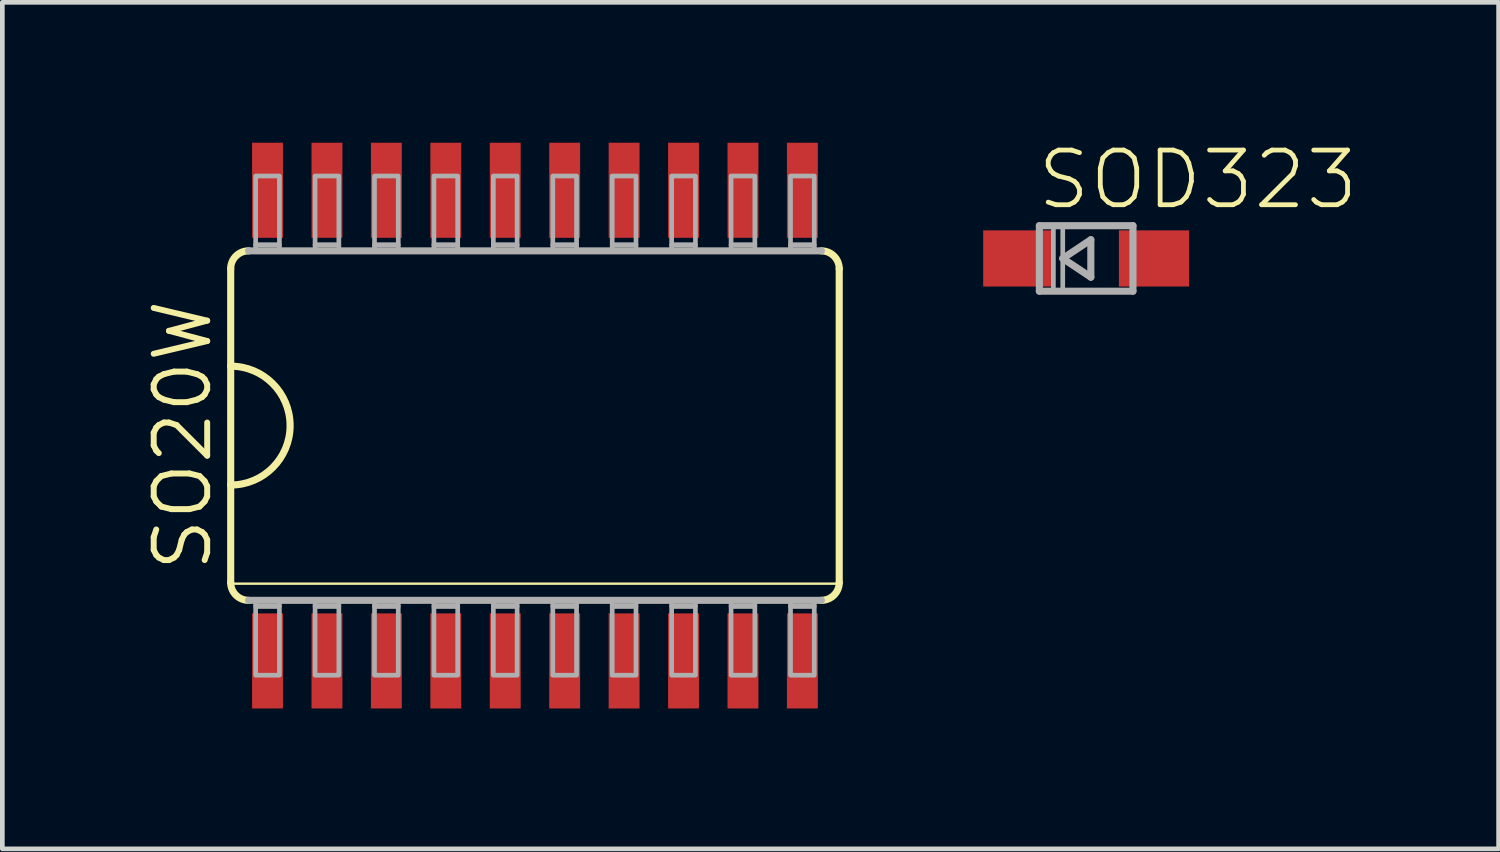
<source format=kicad_pcb>
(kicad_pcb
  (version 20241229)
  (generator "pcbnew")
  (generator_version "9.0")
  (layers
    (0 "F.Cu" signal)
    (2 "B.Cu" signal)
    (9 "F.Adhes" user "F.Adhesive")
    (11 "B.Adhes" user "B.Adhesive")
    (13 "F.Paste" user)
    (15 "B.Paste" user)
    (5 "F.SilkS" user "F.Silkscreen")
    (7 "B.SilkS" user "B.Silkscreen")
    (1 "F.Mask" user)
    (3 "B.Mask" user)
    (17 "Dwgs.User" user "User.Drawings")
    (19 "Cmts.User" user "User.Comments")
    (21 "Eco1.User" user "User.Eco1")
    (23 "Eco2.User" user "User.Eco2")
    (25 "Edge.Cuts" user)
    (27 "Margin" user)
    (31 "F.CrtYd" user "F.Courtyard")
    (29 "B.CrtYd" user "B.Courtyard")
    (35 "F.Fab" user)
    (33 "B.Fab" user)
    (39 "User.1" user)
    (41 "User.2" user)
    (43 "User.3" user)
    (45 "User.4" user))
  (footprint "SOD323"
    (layer "F.Cu")
    (at 20.161 2.473)
    (property "Reference" "SOD323" (at -1.1 -1 0) (unlocked yes) (layer "F.SilkS") (effects (font (size 1.168 1.168) (thickness 0.102)) (justify left bottom)))
    (fp_line (start -1 -0.7) (end 1 -0.7) (stroke (width 0.152) (type solid)) (layer "F.Fab"))
    (fp_line (start -1 0.7) (end -1 -0.7) (stroke (width 0.152) (type solid)) (layer "F.Fab"))
    (fp_line (start -0.5 0) (end 0.1 -0.4) (stroke (width 0.152) (type solid)) (layer "F.Fab"))
    (fp_line (start 0.1 -0.4) (end 0.1 0.4) (stroke (width 0.152) (type solid)) (layer "F.Fab"))
    (fp_line (start 0.1 0.4) (end -0.5 0) (stroke (width 0.152) (type solid)) (layer "F.Fab"))
    (fp_line (start 1 -0.7) (end 1 0.7) (stroke (width 0.152) (type solid)) (layer "F.Fab"))
    (fp_line (start 1 0.7) (end -1 0.7) (stroke (width 0.152) (type solid)) (layer "F.Fab"))
    (fp_poly (pts (xy -0.7 0.7) (xy -0.5 0.7) (xy -0.5 -0.7) (xy -0.7 -0.7)) (stroke (width 0.1) (type default)) (fill no) (layer "F.Fab"))
    (pad "1" smd rect (at -1.45 0) (size 1.5 1.2) (layers "F.Cu" "F.Mask" "F.Paste"))
    (pad "2" smd rect (at 1.45 0) (size 1.5 1.2) (layers "F.Cu" "F.Mask" "F.Paste")))
  (footprint "SO20W"
    (layer "F.Cu")
    (at 8.382 6.045)
    (property "Reference" "SO20W" (at -6.858 3.175 90) (unlocked yes) (layer "F.SilkS") (effects (font (size 1.143 1.143) (thickness 0.127)) (justify left bottom)))
    (fp_line (start -6.502 -3.353) (end -6.502 -1.27) (stroke (width 0.152) (type solid)) (layer "F.SilkS"))
    (fp_line (start -6.502 -1.27) (end -6.502 1.27) (stroke (width 0.152) (type solid)) (layer "F.SilkS"))
    (fp_line (start -6.502 1.27) (end -6.502 3.353) (stroke (width 0.152) (type solid)) (layer "F.SilkS"))
    (fp_line (start -6.477 3.378) (end 6.477 3.378) (stroke (width 0.051) (type solid)) (layer "F.SilkS"))
    (fp_line (start 6.502 3.353) (end 6.502 -3.353) (stroke (width 0.152) (type solid)) (layer "F.SilkS"))
    (fp_arc (start -6.5024 -3.3528) (mid -6.390808 -3.622208) (end -6.1214 -3.7338) (stroke (width 0.1524) (type solid)) (layer "F.SilkS"))
    (fp_arc (start -6.5024 -1.27) (mid -5.2324 0) (end -6.5024 1.27) (stroke (width 0.1524) (type solid)) (layer "F.SilkS"))
    (fp_arc (start -6.1214 3.7338) (mid -6.390808 3.622208) (end -6.5024 3.3528) (stroke (width 0.1524) (type solid)) (layer "F.SilkS"))
    (fp_arc (start 6.1214 -3.7338) (mid 6.390808 -3.622208) (end 6.5024 -3.3528) (stroke (width 0.1524) (type solid)) (layer "F.SilkS"))
    (fp_arc (start 6.5024 3.3528) (mid 6.390808 3.622208) (end 6.1214 3.7338) (stroke (width 0.1524) (type solid)) (layer "F.SilkS"))
    (fp_line (start -6.121 3.734) (end 6.121 3.734) (stroke (width 0.152) (type solid)) (layer "F.Fab"))
    (fp_line (start 6.121 -3.734) (end -6.121 -3.734) (stroke (width 0.152) (type solid)) (layer "F.Fab"))
    (fp_poly (pts (xy -5.969 -3.861) (xy -5.461 -3.861) (xy -5.461 -5.334) (xy -5.969 -5.334)) (stroke (width 0.1) (type default)) (fill no) (layer "F.Fab"))
    (fp_poly (pts (xy -5.969 -3.734) (xy -5.461 -3.734) (xy -5.461 -3.861) (xy -5.969 -3.861)) (stroke (width 0.1) (type default)) (fill no) (layer "F.Fab"))
    (fp_poly (pts (xy -5.969 3.861) (xy -5.461 3.861) (xy -5.461 3.734) (xy -5.969 3.734)) (stroke (width 0.1) (type default)) (fill no) (layer "F.Fab"))
    (fp_poly (pts (xy -5.969 5.334) (xy -5.461 5.334) (xy -5.461 3.861) (xy -5.969 3.861)) (stroke (width 0.1) (type default)) (fill no) (layer "F.Fab"))
    (fp_poly (pts (xy -4.699 -3.861) (xy -4.191 -3.861) (xy -4.191 -5.334) (xy -4.699 -5.334)) (stroke (width 0.1) (type default)) (fill no) (layer "F.Fab"))
    (fp_poly (pts (xy -4.699 -3.734) (xy -4.191 -3.734) (xy -4.191 -3.861) (xy -4.699 -3.861)) (stroke (width 0.1) (type default)) (fill no) (layer "F.Fab"))
    (fp_poly (pts (xy -4.699 3.861) (xy -4.191 3.861) (xy -4.191 3.734) (xy -4.699 3.734)) (stroke (width 0.1) (type default)) (fill no) (layer "F.Fab"))
    (fp_poly (pts (xy -4.699 5.334) (xy -4.191 5.334) (xy -4.191 3.861) (xy -4.699 3.861)) (stroke (width 0.1) (type default)) (fill no) (layer "F.Fab"))
    (fp_poly (pts (xy -3.429 -3.861) (xy -2.921 -3.861) (xy -2.921 -5.334) (xy -3.429 -5.334)) (stroke (width 0.1) (type default)) (fill no) (layer "F.Fab"))
    (fp_poly (pts (xy -3.429 -3.734) (xy -2.921 -3.734) (xy -2.921 -3.861) (xy -3.429 -3.861)) (stroke (width 0.1) (type default)) (fill no) (layer "F.Fab"))
    (fp_poly (pts (xy -3.429 3.861) (xy -2.921 3.861) (xy -2.921 3.734) (xy -3.429 3.734)) (stroke (width 0.1) (type default)) (fill no) (layer "F.Fab"))
    (fp_poly (pts (xy -3.429 5.334) (xy -2.921 5.334) (xy -2.921 3.861) (xy -3.429 3.861)) (stroke (width 0.1) (type default)) (fill no) (layer "F.Fab"))
    (fp_poly (pts (xy -2.159 -3.861) (xy -1.651 -3.861) (xy -1.651 -5.334) (xy -2.159 -5.334)) (stroke (width 0.1) (type default)) (fill no) (layer "F.Fab"))
    (fp_poly (pts (xy -2.159 -3.734) (xy -1.651 -3.734) (xy -1.651 -3.861) (xy -2.159 -3.861)) (stroke (width 0.1) (type default)) (fill no) (layer "F.Fab"))
    (fp_poly (pts (xy -2.159 3.861) (xy -1.651 3.861) (xy -1.651 3.734) (xy -2.159 3.734)) (stroke (width 0.1) (type default)) (fill no) (layer "F.Fab"))
    (fp_poly (pts (xy -2.159 5.334) (xy -1.651 5.334) (xy -1.651 3.861) (xy -2.159 3.861)) (stroke (width 0.1) (type default)) (fill no) (layer "F.Fab"))
    (fp_poly (pts (xy -0.889 -3.861) (xy -0.381 -3.861) (xy -0.381 -5.334) (xy -0.889 -5.334)) (stroke (width 0.1) (type default)) (fill no) (layer "F.Fab"))
    (fp_poly (pts (xy -0.889 -3.734) (xy -0.381 -3.734) (xy -0.381 -3.861) (xy -0.889 -3.861)) (stroke (width 0.1) (type default)) (fill no) (layer "F.Fab"))
    (fp_poly (pts (xy -0.889 3.861) (xy -0.381 3.861) (xy -0.381 3.734) (xy -0.889 3.734)) (stroke (width 0.1) (type default)) (fill no) (layer "F.Fab"))
    (fp_poly (pts (xy -0.889 5.334) (xy -0.381 5.334) (xy -0.381 3.861) (xy -0.889 3.861)) (stroke (width 0.1) (type default)) (fill no) (layer "F.Fab"))
    (fp_poly (pts (xy 0.381 -3.861) (xy 0.889 -3.861) (xy 0.889 -5.334) (xy 0.381 -5.334)) (stroke (width 0.1) (type default)) (fill no) (layer "F.Fab"))
    (fp_poly (pts (xy 0.381 -3.734) (xy 0.889 -3.734) (xy 0.889 -3.861) (xy 0.381 -3.861)) (stroke (width 0.1) (type default)) (fill no) (layer "F.Fab"))
    (fp_poly (pts (xy 0.381 3.861) (xy 0.889 3.861) (xy 0.889 3.734) (xy 0.381 3.734)) (stroke (width 0.1) (type default)) (fill no) (layer "F.Fab"))
    (fp_poly (pts (xy 0.381 5.334) (xy 0.889 5.334) (xy 0.889 3.861) (xy 0.381 3.861)) (stroke (width 0.1) (type default)) (fill no) (layer "F.Fab"))
    (fp_poly (pts (xy 1.651 -3.861) (xy 2.159 -3.861) (xy 2.159 -5.334) (xy 1.651 -5.334)) (stroke (width 0.1) (type default)) (fill no) (layer "F.Fab"))
    (fp_poly (pts (xy 1.651 -3.734) (xy 2.159 -3.734) (xy 2.159 -3.861) (xy 1.651 -3.861)) (stroke (width 0.1) (type default)) (fill no) (layer "F.Fab"))
    (fp_poly (pts (xy 1.651 3.861) (xy 2.159 3.861) (xy 2.159 3.734) (xy 1.651 3.734)) (stroke (width 0.1) (type default)) (fill no) (layer "F.Fab"))
    (fp_poly (pts (xy 1.651 5.334) (xy 2.159 5.334) (xy 2.159 3.861) (xy 1.651 3.861)) (stroke (width 0.1) (type default)) (fill no) (layer "F.Fab"))
    (fp_poly (pts (xy 2.921 -3.861) (xy 3.429 -3.861) (xy 3.429 -5.334) (xy 2.921 -5.334)) (stroke (width 0.1) (type default)) (fill no) (layer "F.Fab"))
    (fp_poly (pts (xy 2.921 -3.734) (xy 3.429 -3.734) (xy 3.429 -3.861) (xy 2.921 -3.861)) (stroke (width 0.1) (type default)) (fill no) (layer "F.Fab"))
    (fp_poly (pts (xy 2.921 3.861) (xy 3.429 3.861) (xy 3.429 3.734) (xy 2.921 3.734)) (stroke (width 0.1) (type default)) (fill no) (layer "F.Fab"))
    (fp_poly (pts (xy 2.921 5.334) (xy 3.429 5.334) (xy 3.429 3.861) (xy 2.921 3.861)) (stroke (width 0.1) (type default)) (fill no) (layer "F.Fab"))
    (fp_poly (pts (xy 4.191 -3.861) (xy 4.699 -3.861) (xy 4.699 -5.334) (xy 4.191 -5.334)) (stroke (width 0.1) (type default)) (fill no) (layer "F.Fab"))
    (fp_poly (pts (xy 4.191 -3.734) (xy 4.699 -3.734) (xy 4.699 -3.861) (xy 4.191 -3.861)) (stroke (width 0.1) (type default)) (fill no) (layer "F.Fab"))
    (fp_poly (pts (xy 4.191 3.861) (xy 4.699 3.861) (xy 4.699 3.734) (xy 4.191 3.734)) (stroke (width 0.1) (type default)) (fill no) (layer "F.Fab"))
    (fp_poly (pts (xy 4.191 5.334) (xy 4.699 5.334) (xy 4.699 3.861) (xy 4.191 3.861)) (stroke (width 0.1) (type default)) (fill no) (layer "F.Fab"))
    (fp_poly (pts (xy 5.461 -3.861) (xy 5.969 -3.861) (xy 5.969 -5.334) (xy 5.461 -5.334)) (stroke (width 0.1) (type default)) (fill no) (layer "F.Fab"))
    (fp_poly (pts (xy 5.461 -3.734) (xy 5.969 -3.734) (xy 5.969 -3.861) (xy 5.461 -3.861)) (stroke (width 0.1) (type default)) (fill no) (layer "F.Fab"))
    (fp_poly (pts (xy 5.461 3.861) (xy 5.969 3.861) (xy 5.969 3.734) (xy 5.461 3.734)) (stroke (width 0.1) (type default)) (fill no) (layer "F.Fab"))
    (fp_poly (pts (xy 5.461 5.334) (xy 5.969 5.334) (xy 5.969 3.861) (xy 5.461 3.861)) (stroke (width 0.1) (type default)) (fill no) (layer "F.Fab"))
    (pad "1" smd rect (at -5.715 5.029) (size 0.66 2.032) (layers "F.Cu" "F.Mask" "F.Paste"))
    (pad "2" smd rect (at -4.445 5.029) (size 0.66 2.032) (layers "F.Cu" "F.Mask" "F.Paste"))
    (pad "3" smd rect (at -3.175 5.029) (size 0.66 2.032) (layers "F.Cu" "F.Mask" "F.Paste"))
    (pad "4" smd rect (at -1.905 5.029) (size 0.66 2.032) (layers "F.Cu" "F.Mask" "F.Paste"))
    (pad "5" smd rect (at -0.635 5.029) (size 0.66 2.032) (layers "F.Cu" "F.Mask" "F.Paste"))
    (pad "6" smd rect (at 0.635 5.029) (size 0.66 2.032) (layers "F.Cu" "F.Mask" "F.Paste"))
    (pad "7" smd rect (at 1.905 5.029) (size 0.66 2.032) (layers "F.Cu" "F.Mask" "F.Paste"))
    (pad "8" smd rect (at 3.175 5.029) (size 0.66 2.032) (layers "F.Cu" "F.Mask" "F.Paste"))
    (pad "9" smd rect (at 4.445 5.029) (size 0.66 2.032) (layers "F.Cu" "F.Mask" "F.Paste"))
    (pad "10" smd rect (at 5.715 5.029) (size 0.66 2.032) (layers "F.Cu" "F.Mask" "F.Paste"))
    (pad "11" smd rect (at 5.715 -5.029) (size 0.66 2.032) (layers "F.Cu" "F.Mask" "F.Paste"))
    (pad "12" smd rect (at 4.445 -5.029) (size 0.66 2.032) (layers "F.Cu" "F.Mask" "F.Paste"))
    (pad "13" smd rect (at 3.175 -5.029) (size 0.66 2.032) (layers "F.Cu" "F.Mask" "F.Paste"))
    (pad "14" smd rect (at 1.905 -5.029) (size 0.66 2.032) (layers "F.Cu" "F.Mask" "F.Paste"))
    (pad "15" smd rect (at 0.635 -5.029) (size 0.66 2.032) (layers "F.Cu" "F.Mask" "F.Paste"))
    (pad "16" smd rect (at -0.635 -5.029) (size 0.66 2.032) (layers "F.Cu" "F.Mask" "F.Paste"))
    (pad "17" smd rect (at -1.905 -5.029) (size 0.66 2.032) (layers "F.Cu" "F.Mask" "F.Paste"))
    (pad "18" smd rect (at -3.175 -5.029) (size 0.66 2.032) (layers "F.Cu" "F.Mask" "F.Paste"))
    (pad "19" smd rect (at -4.445 -5.029) (size 0.66 2.032) (layers "F.Cu" "F.Mask" "F.Paste"))
    (pad "20" smd rect (at -5.715 -5.029) (size 0.66 2.032) (layers "F.Cu" "F.Mask" "F.Paste")))
  (gr_rect
    (start -3 -3)
    (end 28.975 15.09)
    (stroke (width 0.1) (type default))
    (fill no)
    (layer "Edge.Cuts")))
</source>
